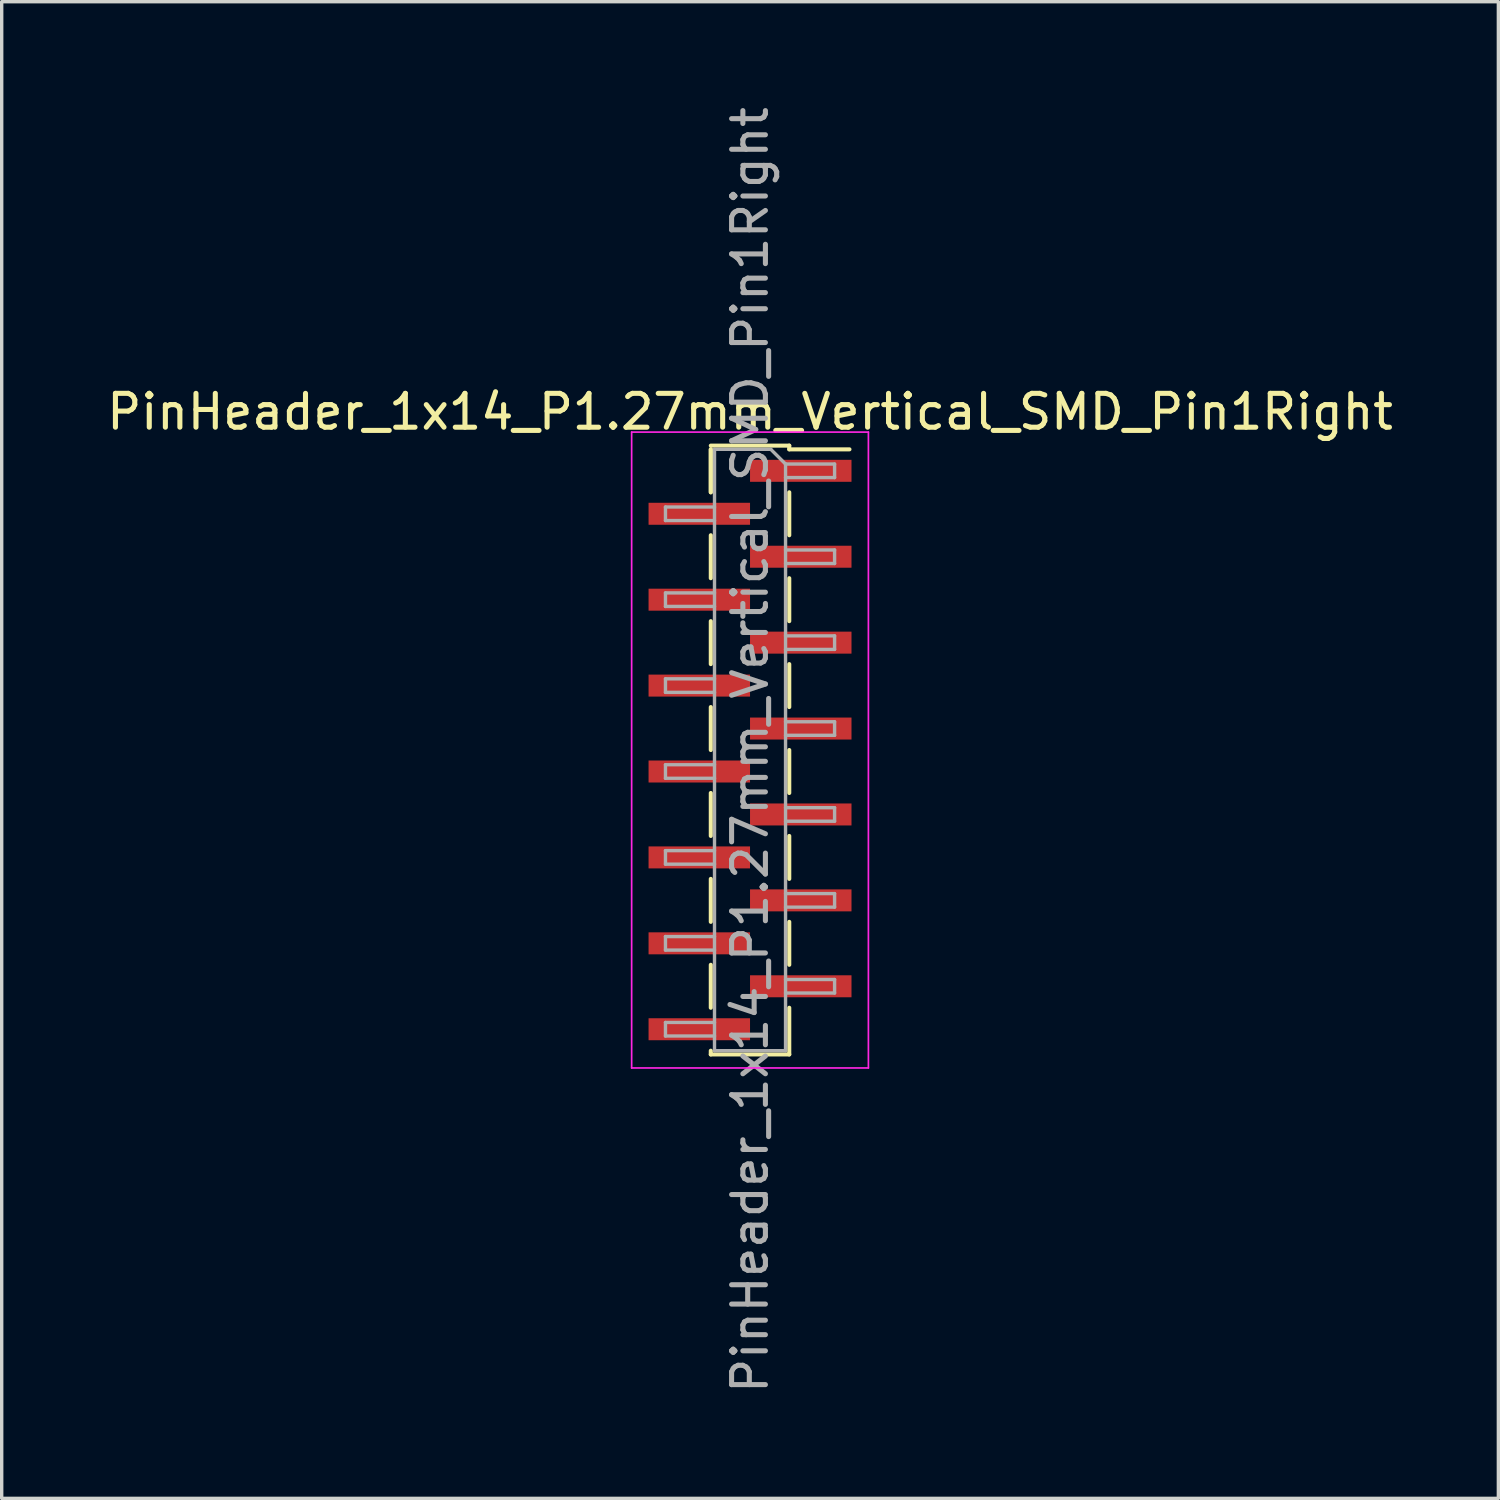
<source format=kicad_pcb>
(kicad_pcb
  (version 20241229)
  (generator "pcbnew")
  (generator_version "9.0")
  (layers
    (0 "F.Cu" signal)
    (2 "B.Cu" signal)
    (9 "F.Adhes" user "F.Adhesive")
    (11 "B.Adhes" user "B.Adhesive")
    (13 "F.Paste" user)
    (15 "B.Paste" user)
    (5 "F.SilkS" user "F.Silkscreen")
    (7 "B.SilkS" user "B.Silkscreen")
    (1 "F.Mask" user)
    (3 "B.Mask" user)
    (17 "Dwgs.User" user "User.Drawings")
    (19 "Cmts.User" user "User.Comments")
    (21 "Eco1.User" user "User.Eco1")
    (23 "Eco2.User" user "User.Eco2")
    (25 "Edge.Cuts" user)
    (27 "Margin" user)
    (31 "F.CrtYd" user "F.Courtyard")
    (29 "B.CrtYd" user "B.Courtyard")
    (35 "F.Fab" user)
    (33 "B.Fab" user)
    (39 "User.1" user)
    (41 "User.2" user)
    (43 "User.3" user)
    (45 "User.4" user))
  (footprint "PinHeader_1x14_P1.27mm_Vertical_SMD_Pin1Right"
    (layer "F.Cu")
    (at 19.125 19.125)
    (property "Reference" "PinHeader_1x14_P1.27mm_Vertical_SMD_Pin1Right" (at 0 -10 0) (layer "F.SilkS") (effects (font (size 1 1) (thickness 0.15))))
    (attr smd)
    (fp_line (start -1.16 -9) (end 1.16 -9) (stroke (width 0.12) (type solid)) (layer "F.SilkS"))
    (fp_line (start -1.16 -8.89) (end -1.16 -7.62) (stroke (width 0.12) (type solid)) (layer "F.SilkS"))
    (fp_line (start -1.16 -8.89) (end -1.16 -7.62) (stroke (width 0.12) (type solid)) (layer "F.SilkS"))
    (fp_line (start -1.16 -6.35) (end -1.16 -5.08) (stroke (width 0.12) (type solid)) (layer "F.SilkS"))
    (fp_line (start -1.16 -3.81) (end -1.16 -2.54) (stroke (width 0.12) (type solid)) (layer "F.SilkS"))
    (fp_line (start -1.16 -1.27) (end -1.16 0) (stroke (width 0.12) (type solid)) (layer "F.SilkS"))
    (fp_line (start -1.16 1.27) (end -1.16 2.54) (stroke (width 0.12) (type solid)) (layer "F.SilkS"))
    (fp_line (start -1.16 3.81) (end -1.16 5.08) (stroke (width 0.12) (type solid)) (layer "F.SilkS"))
    (fp_line (start -1.16 6.35) (end -1.16 7.62) (stroke (width 0.12) (type solid)) (layer "F.SilkS"))
    (fp_line (start -1.16 8.89) (end -1.16 9) (stroke (width 0.12) (type solid)) (layer "F.SilkS"))
    (fp_line (start -1.16 9) (end 1.16 9) (stroke (width 0.12) (type solid)) (layer "F.SilkS"))
    (fp_line (start 1.16 -9) (end 1.16 -8.89) (stroke (width 0.12) (type solid)) (layer "F.SilkS"))
    (fp_line (start 1.16 -8.89) (end 2.94 -8.89) (stroke (width 0.12) (type solid)) (layer "F.SilkS"))
    (fp_line (start 1.16 -7.62) (end 1.16 -6.35) (stroke (width 0.12) (type solid)) (layer "F.SilkS"))
    (fp_line (start 1.16 -5.08) (end 1.16 -3.81) (stroke (width 0.12) (type solid)) (layer "F.SilkS"))
    (fp_line (start 1.16 -2.54) (end 1.16 -1.27) (stroke (width 0.12) (type solid)) (layer "F.SilkS"))
    (fp_line (start 1.16 0) (end 1.16 1.27) (stroke (width 0.12) (type solid)) (layer "F.SilkS"))
    (fp_line (start 1.16 2.54) (end 1.16 3.81) (stroke (width 0.12) (type solid)) (layer "F.SilkS"))
    (fp_line (start 1.16 5.08) (end 1.16 6.35) (stroke (width 0.12) (type solid)) (layer "F.SilkS"))
    (fp_line (start 1.16 7.62) (end 1.16 9) (stroke (width 0.12) (type solid)) (layer "F.SilkS"))
    (fp_line (start -3.5 -9.4) (end -3.5 9.4) (stroke (width 0.05) (type solid)) (layer "F.CrtYd"))
    (fp_line (start -3.5 9.4) (end 3.5 9.4) (stroke (width 0.05) (type solid)) (layer "F.CrtYd"))
    (fp_line (start 3.5 -9.4) (end -3.5 -9.4) (stroke (width 0.05) (type solid)) (layer "F.CrtYd"))
    (fp_line (start 3.5 9.4) (end 3.5 -9.4) (stroke (width 0.05) (type solid)) (layer "F.CrtYd"))
    (fp_line (start -2.5 -7.185) (end -2.5 -6.785) (stroke (width 0.1) (type solid)) (layer "F.Fab"))
    (fp_line (start -2.5 -6.785) (end -1.05 -6.785) (stroke (width 0.1) (type solid)) (layer "F.Fab"))
    (fp_line (start -2.5 -4.645) (end -2.5 -4.245) (stroke (width 0.1) (type solid)) (layer "F.Fab"))
    (fp_line (start -2.5 -4.245) (end -1.05 -4.245) (stroke (width 0.1) (type solid)) (layer "F.Fab"))
    (fp_line (start -2.5 -2.105) (end -2.5 -1.705) (stroke (width 0.1) (type solid)) (layer "F.Fab"))
    (fp_line (start -2.5 -1.705) (end -1.05 -1.705) (stroke (width 0.1) (type solid)) (layer "F.Fab"))
    (fp_line (start -2.5 0.435) (end -2.5 0.835) (stroke (width 0.1) (type solid)) (layer "F.Fab"))
    (fp_line (start -2.5 0.835) (end -1.05 0.835) (stroke (width 0.1) (type solid)) (layer "F.Fab"))
    (fp_line (start -2.5 2.975) (end -2.5 3.375) (stroke (width 0.1) (type solid)) (layer "F.Fab"))
    (fp_line (start -2.5 3.375) (end -1.05 3.375) (stroke (width 0.1) (type solid)) (layer "F.Fab"))
    (fp_line (start -2.5 5.515) (end -2.5 5.915) (stroke (width 0.1) (type solid)) (layer "F.Fab"))
    (fp_line (start -2.5 5.915) (end -1.05 5.915) (stroke (width 0.1) (type solid)) (layer "F.Fab"))
    (fp_line (start -2.5 8.055) (end -2.5 8.455) (stroke (width 0.1) (type solid)) (layer "F.Fab"))
    (fp_line (start -2.5 8.455) (end -1.05 8.455) (stroke (width 0.1) (type solid)) (layer "F.Fab"))
    (fp_line (start -1.05 -8.89) (end -1.05 8.89) (stroke (width 0.1) (type solid)) (layer "F.Fab"))
    (fp_line (start -1.05 -8.89) (end 0.615 -8.89) (stroke (width 0.1) (type solid)) (layer "F.Fab"))
    (fp_line (start -1.05 -7.185) (end -2.5 -7.185) (stroke (width 0.1) (type solid)) (layer "F.Fab"))
    (fp_line (start -1.05 -4.645) (end -2.5 -4.645) (stroke (width 0.1) (type solid)) (layer "F.Fab"))
    (fp_line (start -1.05 -2.105) (end -2.5 -2.105) (stroke (width 0.1) (type solid)) (layer "F.Fab"))
    (fp_line (start -1.05 0.435) (end -2.5 0.435) (stroke (width 0.1) (type solid)) (layer "F.Fab"))
    (fp_line (start -1.05 2.975) (end -2.5 2.975) (stroke (width 0.1) (type solid)) (layer "F.Fab"))
    (fp_line (start -1.05 5.515) (end -2.5 5.515) (stroke (width 0.1) (type solid)) (layer "F.Fab"))
    (fp_line (start -1.05 8.055) (end -2.5 8.055) (stroke (width 0.1) (type solid)) (layer "F.Fab"))
    (fp_line (start 1.05 -8.455) (end 0.615 -8.89) (stroke (width 0.1) (type solid)) (layer "F.Fab"))
    (fp_line (start 1.05 -8.455) (end 2.5 -8.455) (stroke (width 0.1) (type solid)) (layer "F.Fab"))
    (fp_line (start 1.05 -5.915) (end 2.5 -5.915) (stroke (width 0.1) (type solid)) (layer "F.Fab"))
    (fp_line (start 1.05 -3.375) (end 2.5 -3.375) (stroke (width 0.1) (type solid)) (layer "F.Fab"))
    (fp_line (start 1.05 -0.835) (end 2.5 -0.835) (stroke (width 0.1) (type solid)) (layer "F.Fab"))
    (fp_line (start 1.05 1.705) (end 2.5 1.705) (stroke (width 0.1) (type solid)) (layer "F.Fab"))
    (fp_line (start 1.05 4.245) (end 2.5 4.245) (stroke (width 0.1) (type solid)) (layer "F.Fab"))
    (fp_line (start 1.05 6.785) (end 2.5 6.785) (stroke (width 0.1) (type solid)) (layer "F.Fab"))
    (fp_line (start 1.05 8.89) (end -1.05 8.89) (stroke (width 0.1) (type solid)) (layer "F.Fab"))
    (fp_line (start 1.05 8.89) (end 1.05 -8.455) (stroke (width 0.1) (type solid)) (layer "F.Fab"))
    (fp_line (start 2.5 -8.455) (end 2.5 -8.055) (stroke (width 0.1) (type solid)) (layer "F.Fab"))
    (fp_line (start 2.5 -8.055) (end 1.05 -8.055) (stroke (width 0.1) (type solid)) (layer "F.Fab"))
    (fp_line (start 2.5 -5.915) (end 2.5 -5.515) (stroke (width 0.1) (type solid)) (layer "F.Fab"))
    (fp_line (start 2.5 -5.515) (end 1.05 -5.515) (stroke (width 0.1) (type solid)) (layer "F.Fab"))
    (fp_line (start 2.5 -3.375) (end 2.5 -2.975) (stroke (width 0.1) (type solid)) (layer "F.Fab"))
    (fp_line (start 2.5 -2.975) (end 1.05 -2.975) (stroke (width 0.1) (type solid)) (layer "F.Fab"))
    (fp_line (start 2.5 -0.835) (end 2.5 -0.435) (stroke (width 0.1) (type solid)) (layer "F.Fab"))
    (fp_line (start 2.5 -0.435) (end 1.05 -0.435) (stroke (width 0.1) (type solid)) (layer "F.Fab"))
    (fp_line (start 2.5 1.705) (end 2.5 2.105) (stroke (width 0.1) (type solid)) (layer "F.Fab"))
    (fp_line (start 2.5 2.105) (end 1.05 2.105) (stroke (width 0.1) (type solid)) (layer "F.Fab"))
    (fp_line (start 2.5 4.245) (end 2.5 4.645) (stroke (width 0.1) (type solid)) (layer "F.Fab"))
    (fp_line (start 2.5 4.645) (end 1.05 4.645) (stroke (width 0.1) (type solid)) (layer "F.Fab"))
    (fp_line (start 2.5 6.785) (end 2.5 7.185) (stroke (width 0.1) (type solid)) (layer "F.Fab"))
    (fp_line (start 2.5 7.185) (end 1.05 7.185) (stroke (width 0.1) (type solid)) (layer "F.Fab"))
    (fp_text user "${REFERENCE}" (at 0 0 90) (layer "F.Fab") (effects (font (size 1 1) (thickness 0.15))))
    (pad "1" smd rect (at 1.5 -8.255) (size 3 0.65) (layers "F.Cu" "F.Mask" "F.Paste"))
    (pad "2" smd rect (at -1.5 -6.985) (size 3 0.65) (layers "F.Cu" "F.Mask" "F.Paste"))
    (pad "3" smd rect (at 1.5 -5.715) (size 3 0.65) (layers "F.Cu" "F.Mask" "F.Paste"))
    (pad "4" smd rect (at -1.5 -4.445) (size 3 0.65) (layers "F.Cu" "F.Mask" "F.Paste"))
    (pad "5" smd rect (at 1.5 -3.175) (size 3 0.65) (layers "F.Cu" "F.Mask" "F.Paste"))
    (pad "6" smd rect (at -1.5 -1.905) (size 3 0.65) (layers "F.Cu" "F.Mask" "F.Paste"))
    (pad "7" smd rect (at 1.5 -0.635) (size 3 0.65) (layers "F.Cu" "F.Mask" "F.Paste"))
    (pad "8" smd rect (at -1.5 0.635) (size 3 0.65) (layers "F.Cu" "F.Mask" "F.Paste"))
    (pad "9" smd rect (at 1.5 1.905) (size 3 0.65) (layers "F.Cu" "F.Mask" "F.Paste"))
    (pad "10" smd rect (at -1.5 3.175) (size 3 0.65) (layers "F.Cu" "F.Mask" "F.Paste"))
    (pad "11" smd rect (at 1.5 4.445) (size 3 0.65) (layers "F.Cu" "F.Mask" "F.Paste"))
    (pad "12" smd rect (at -1.5 5.715) (size 3 0.65) (layers "F.Cu" "F.Mask" "F.Paste"))
    (pad "13" smd rect (at 1.5 6.985) (size 3 0.65) (layers "F.Cu" "F.Mask" "F.Paste"))
    (pad "14" smd rect (at -1.5 8.255) (size 3 0.65) (layers "F.Cu" "F.Mask" "F.Paste")))
  (gr_rect
    (start -3 -3)
    (end 41.25 41.25)
    (stroke (width 0.1) (type default))
    (fill no)
    (layer "Edge.Cuts")))
</source>
